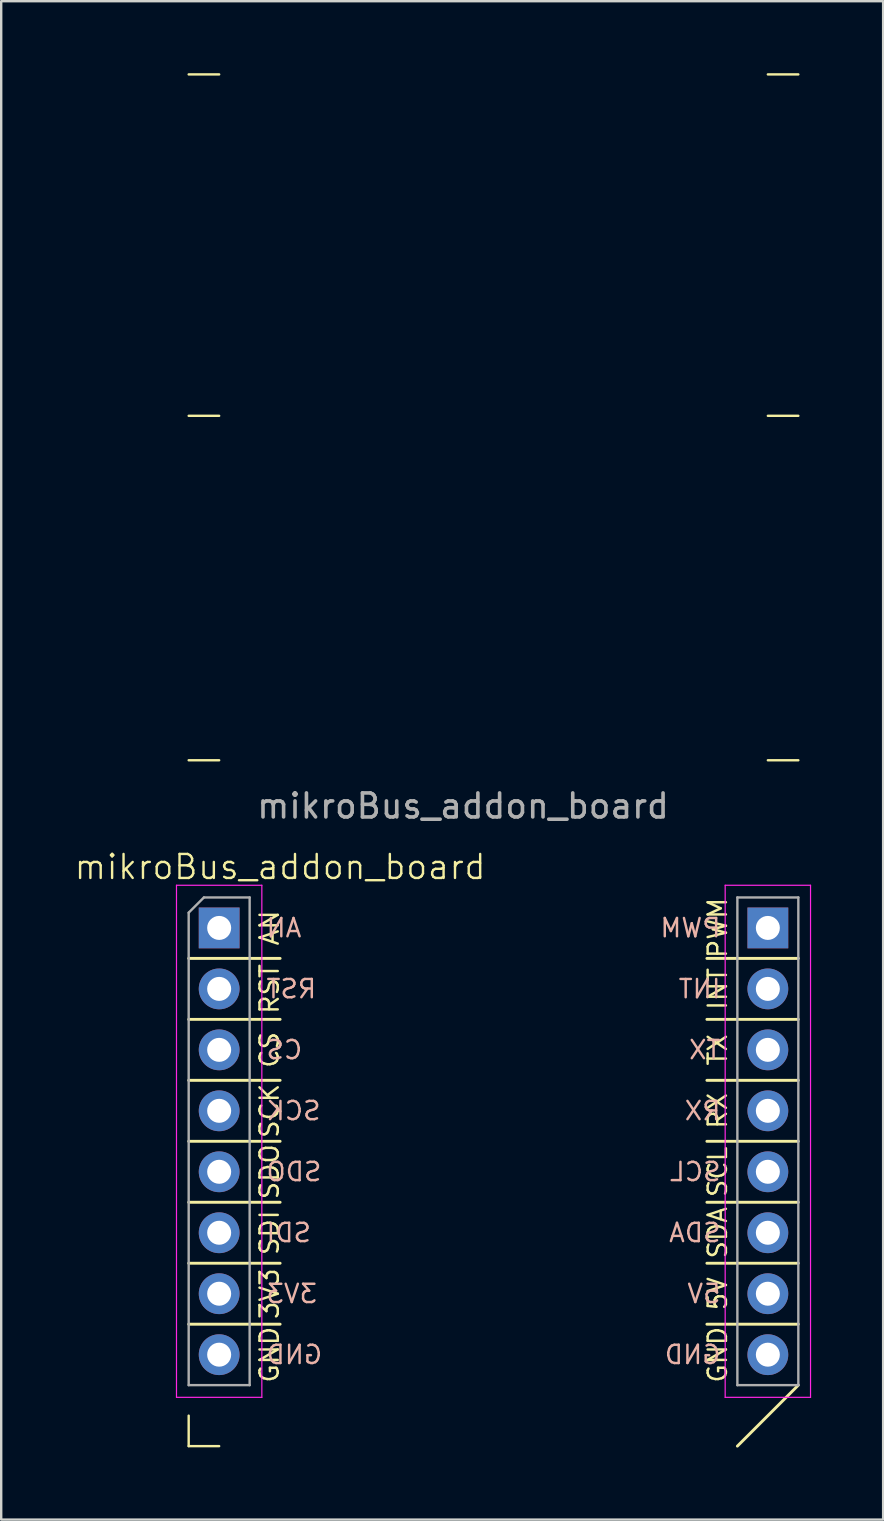
<source format=kicad_pcb>
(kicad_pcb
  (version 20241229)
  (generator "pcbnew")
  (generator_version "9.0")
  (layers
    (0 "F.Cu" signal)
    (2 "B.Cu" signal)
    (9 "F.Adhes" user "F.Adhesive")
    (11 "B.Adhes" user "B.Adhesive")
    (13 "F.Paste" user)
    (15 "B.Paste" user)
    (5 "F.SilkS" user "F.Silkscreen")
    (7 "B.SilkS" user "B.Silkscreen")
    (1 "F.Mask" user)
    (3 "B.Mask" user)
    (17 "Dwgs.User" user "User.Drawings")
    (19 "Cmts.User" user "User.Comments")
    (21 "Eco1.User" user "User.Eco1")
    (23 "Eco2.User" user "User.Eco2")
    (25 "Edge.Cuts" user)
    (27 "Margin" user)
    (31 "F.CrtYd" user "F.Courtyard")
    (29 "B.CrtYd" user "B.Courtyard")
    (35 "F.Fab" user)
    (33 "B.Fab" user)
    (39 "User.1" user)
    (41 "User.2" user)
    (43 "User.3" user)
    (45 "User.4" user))
  (footprint "mikroBus_addon_board"
    (layer "F.Cu")
    (at 6.081 35.61)
    (property "Reference" "mikroBus_addon_board" (at 2.54 -2.54 0) (unlocked yes) (layer "F.SilkS") (effects (font (size 1 1) (thickness 0.1))))
    (attr through_hole)
    (fp_line (start -1.27 -35.56) (end 0 -35.56) (stroke (width 0.1) (type default)) (layer "F.SilkS"))
    (fp_line (start -1.27 -21.336) (end 0 -21.336) (stroke (width 0.1) (type default)) (layer "F.SilkS"))
    (fp_line (start -1.27 -6.985) (end 0 -6.985) (stroke (width 0.1) (type default)) (layer "F.SilkS"))
    (fp_line (start -1.27 1.27) (end 2.54 1.27) (stroke (width 0.12) (type solid)) (layer "F.SilkS"))
    (fp_line (start -1.27 3.81) (end 2.54 3.81) (stroke (width 0.12) (type solid)) (layer "F.SilkS"))
    (fp_line (start -1.27 6.35) (end 2.54 6.35) (stroke (width 0.12) (type solid)) (layer "F.SilkS"))
    (fp_line (start -1.27 8.89) (end 2.54 8.89) (stroke (width 0.12) (type solid)) (layer "F.SilkS"))
    (fp_line (start -1.27 11.43) (end 2.54 11.43) (stroke (width 0.12) (type solid)) (layer "F.SilkS"))
    (fp_line (start -1.27 13.97) (end 2.54 13.97) (stroke (width 0.12) (type solid)) (layer "F.SilkS"))
    (fp_line (start -1.27 16.51) (end 2.54 16.51) (stroke (width 0.12) (type solid)) (layer "F.SilkS"))
    (fp_line (start -1.27 20.32) (end -1.27 21.59) (stroke (width 0.1) (type default)) (layer "F.SilkS"))
    (fp_line (start -1.27 21.59) (end 0 21.59) (stroke (width 0.1) (type default)) (layer "F.SilkS"))
    (fp_line (start 20.32 1.27) (end 24.13 1.27) (stroke (width 0.12) (type solid)) (layer "F.SilkS"))
    (fp_line (start 20.32 3.81) (end 24.13 3.81) (stroke (width 0.12) (type solid)) (layer "F.SilkS"))
    (fp_line (start 20.32 6.35) (end 24.13 6.35) (stroke (width 0.12) (type solid)) (layer "F.SilkS"))
    (fp_line (start 20.32 8.89) (end 24.13 8.89) (stroke (width 0.12) (type solid)) (layer "F.SilkS"))
    (fp_line (start 20.32 11.43) (end 24.13 11.43) (stroke (width 0.12) (type solid)) (layer "F.SilkS"))
    (fp_line (start 20.32 13.97) (end 24.13 13.97) (stroke (width 0.12) (type solid)) (layer "F.SilkS"))
    (fp_line (start 20.32 16.51) (end 24.13 16.51) (stroke (width 0.12) (type solid)) (layer "F.SilkS"))
    (fp_line (start 21.59 21.59) (end 24.13 19.05) (stroke (width 0.12) (type solid)) (layer "F.SilkS"))
    (fp_line (start 22.86 -35.56) (end 24.13 -35.56) (stroke (width 0.1) (type default)) (layer "F.SilkS"))
    (fp_line (start 22.86 -21.336) (end 24.13 -21.336) (stroke (width 0.1) (type default)) (layer "F.SilkS"))
    (fp_line (start 22.86 -6.985) (end 24.13 -6.985) (stroke (width 0.1) (type default)) (layer "F.SilkS"))
    (fp_line (start -1.778 -1.778) (end -1.778 19.558) (stroke (width 0.05) (type solid)) (layer "F.CrtYd"))
    (fp_line (start -1.778 19.558) (end 1.778 19.558) (stroke (width 0.05) (type solid)) (layer "F.CrtYd"))
    (fp_line (start 1.778 -1.778) (end -1.778 -1.778) (stroke (width 0.05) (type solid)) (layer "F.CrtYd"))
    (fp_line (start 1.778 19.558) (end 1.778 -1.778) (stroke (width 0.05) (type solid)) (layer "F.CrtYd"))
    (fp_line (start 21.082 -1.778) (end 21.082 19.558) (stroke (width 0.05) (type solid)) (layer "F.CrtYd"))
    (fp_line (start 21.082 19.558) (end 24.638 19.558) (stroke (width 0.05) (type solid)) (layer "F.CrtYd"))
    (fp_line (start 24.638 -1.778) (end 21.082 -1.778) (stroke (width 0.05) (type solid)) (layer "F.CrtYd"))
    (fp_line (start 24.638 19.558) (end 24.638 -1.778) (stroke (width 0.05) (type solid)) (layer "F.CrtYd"))
    (fp_line (start -1.27 -0.635) (end -0.635 -1.27) (stroke (width 0.1) (type solid)) (layer "F.Fab"))
    (fp_line (start -1.27 19.05) (end -1.27 -0.635) (stroke (width 0.1) (type solid)) (layer "F.Fab"))
    (fp_line (start -0.635 -1.27) (end 1.27 -1.27) (stroke (width 0.1) (type solid)) (layer "F.Fab"))
    (fp_line (start 1.27 -1.27) (end 1.27 19.05) (stroke (width 0.1) (type solid)) (layer "F.Fab"))
    (fp_line (start 1.27 19.05) (end -1.27 19.05) (stroke (width 0.1) (type solid)) (layer "F.Fab"))
    (fp_line (start 21.59 -1.27) (end 24.13 -1.27) (stroke (width 0.1) (type solid)) (layer "F.Fab"))
    (fp_line (start 21.59 19.05) (end 21.59 -1.27) (stroke (width 0.1) (type solid)) (layer "F.Fab"))
    (fp_line (start 24.13 -1.27) (end 24.13 19.05) (stroke (width 0.1) (type solid)) (layer "F.Fab"))
    (fp_line (start 24.13 19.05) (end 21.59 19.05) (stroke (width 0.1) (type solid)) (layer "F.Fab"))
    (fp_text user "GND" (at 20.32 17.78 90) (unlocked yes) (layer "F.SilkS") (effects (font (size 0.762 0.762) (thickness 0.102)) (justify top)))
    (fp_text user "PWM" (at 20.32 0 90) (unlocked yes) (layer "F.SilkS") (effects (font (size 0.762 0.762) (thickness 0.102)) (justify top)))
    (fp_text user "RST" (at 2.54 2.54 90) (unlocked yes) (layer "F.SilkS") (effects (font (size 0.762 0.762) (thickness 0.102)) (justify bottom)))
    (fp_text user "CS" (at 2.54 5.08 90) (unlocked yes) (layer "F.SilkS") (effects (font (size 0.762 0.762) (thickness 0.102)) (justify bottom)))
    (fp_text user "5V" (at 20.32 15.24 90) (unlocked yes) (layer "F.SilkS") (effects (font (size 0.762 0.762) (thickness 0.102)) (justify top)))
    (fp_text user "SDO" (at 2.54 10.16 90) (unlocked yes) (layer "F.SilkS") (effects (font (size 0.762 0.762) (thickness 0.102)) (justify bottom)))
    (fp_text user "INT" (at 20.32 2.54 90) (unlocked yes) (layer "F.SilkS") (effects (font (size 0.762 0.762) (thickness 0.102)) (justify top)))
    (fp_text user "SCK" (at 2.54 7.62 90) (unlocked yes) (layer "F.SilkS") (effects (font (size 0.762 0.762) (thickness 0.102)) (justify bottom)))
    (fp_text user "SDI" (at 2.54 12.7 90) (unlocked yes) (layer "F.SilkS") (effects (font (size 0.762 0.762) (thickness 0.102)) (justify bottom)))
    (fp_text user "AN" (at 2.54 0 90) (unlocked yes) (layer "F.SilkS") (effects (font (size 0.762 0.762) (thickness 0.102)) (justify bottom)))
    (fp_text user "SDA" (at 20.32 12.7 90) (unlocked yes) (layer "F.SilkS") (effects (font (size 0.762 0.762) (thickness 0.102)) (justify top)))
    (fp_text user "RX" (at 20.32 7.62 90) (unlocked yes) (layer "F.SilkS") (effects (font (size 0.762 0.762) (thickness 0.102)) (justify top)))
    (fp_text user "TX" (at 20.32 5.08 90) (unlocked yes) (layer "F.SilkS") (effects (font (size 0.762 0.762) (thickness 0.102)) (justify top)))
    (fp_text user "SCL" (at 20.32 10.16 90) (unlocked yes) (layer "F.SilkS") (effects (font (size 0.762 0.762) (thickness 0.102)) (justify top)))
    (fp_text user "3V3" (at 2.54 15.24 90) (unlocked yes) (layer "F.SilkS") (effects (font (size 0.762 0.762) (thickness 0.102)) (justify bottom)))
    (fp_text user "GND" (at 2.54 17.78 90) (unlocked yes) (layer "F.SilkS") (effects (font (size 0.762 0.762) (thickness 0.102)) (justify bottom)))
    (fp_text user "RST" (at 1.905 2.54 0) (unlocked yes) (layer "B.SilkS") (effects (font (size 0.762 0.762) (thickness 0.102)) (justify right mirror)))
    (fp_text user "GND" (at 20.955 17.78 0) (unlocked yes) (layer "B.SilkS") (effects (font (size 0.762 0.762) (thickness 0.102)) (justify left mirror)))
    (fp_text user "CS" (at 1.905 5.08 0) (unlocked yes) (layer "B.SilkS") (effects (font (size 0.762 0.762) (thickness 0.102)) (justify right mirror)))
    (fp_text user "SDA" (at 20.955 12.7 0) (unlocked yes) (layer "B.SilkS") (effects (font (size 0.762 0.762) (thickness 0.102)) (justify left mirror)))
    (fp_text user "INT" (at 20.955 2.54 0) (unlocked yes) (layer "B.SilkS") (effects (font (size 0.762 0.762) (thickness 0.102)) (justify left mirror)))
    (fp_text user "GND" (at 1.905 17.78 0) (unlocked yes) (layer "B.SilkS") (effects (font (size 0.762 0.762) (thickness 0.102)) (justify right mirror)))
    (fp_text user "RX" (at 20.955 7.62 0) (unlocked yes) (layer "B.SilkS") (effects (font (size 0.762 0.762) (thickness 0.102)) (justify left mirror)))
    (fp_text user "SDO" (at 1.905 10.16 0) (unlocked yes) (layer "B.SilkS") (effects (font (size 0.762 0.762) (thickness 0.102)) (justify right mirror)))
    (fp_text user "3V3" (at 1.905 15.24 0) (unlocked yes) (layer "B.SilkS") (effects (font (size 0.762 0.762) (thickness 0.102)) (justify right mirror)))
    (fp_text user "AN" (at 1.905 0 0) (unlocked yes) (layer "B.SilkS") (effects (font (size 0.762 0.762) (thickness 0.102)) (justify right mirror)))
    (fp_text user "SCL" (at 20.955 10.16 0) (unlocked yes) (layer "B.SilkS") (effects (font (size 0.762 0.762) (thickness 0.102)) (justify left mirror)))
    (fp_text user "TX" (at 20.955 5.08 0) (unlocked yes) (layer "B.SilkS") (effects (font (size 0.762 0.762) (thickness 0.102)) (justify left mirror)))
    (fp_text user "SCK" (at 1.905 7.62 0) (unlocked yes) (layer "B.SilkS") (effects (font (size 0.762 0.762) (thickness 0.102)) (justify right mirror)))
    (fp_text user "PWM" (at 20.955 0 0) (unlocked yes) (layer "B.SilkS") (effects (font (size 0.762 0.762) (thickness 0.102)) (justify left mirror)))
    (fp_text user "SDI" (at 1.905 12.7 0) (unlocked yes) (layer "B.SilkS") (effects (font (size 0.762 0.762) (thickness 0.102)) (justify right mirror)))
    (fp_text user "5V" (at 20.955 15.24 0) (unlocked yes) (layer "B.SilkS") (effects (font (size 0.762 0.762) (thickness 0.102)) (justify left mirror)))
    (fp_text user "${REFERENCE}" (at 10.16 -5.08 0) (unlocked yes) (layer "F.Fab") (effects (font (size 1 1) (thickness 0.15))))
    (pad "1" thru_hole rect (at 0 0) (size 1.7 1.7) (drill 1) (layers "*.Cu" "*.Mask"))
    (pad "2" thru_hole oval (at 0 2.54) (size 1.7 1.7) (drill 1) (layers "*.Cu" "*.Mask"))
    (pad "3" thru_hole oval (at 0 5.08) (size 1.7 1.7) (drill 1) (layers "*.Cu" "*.Mask"))
    (pad "4" thru_hole oval (at 0 7.62) (size 1.7 1.7) (drill 1) (layers "*.Cu" "*.Mask"))
    (pad "5" thru_hole oval (at 0 10.16) (size 1.7 1.7) (drill 1) (layers "*.Cu" "*.Mask"))
    (pad "6" thru_hole oval (at 0 12.7) (size 1.7 1.7) (drill 1) (layers "*.Cu" "*.Mask"))
    (pad "7" thru_hole oval (at 0 15.24) (size 1.7 1.7) (drill 1) (layers "*.Cu" "*.Mask"))
    (pad "8" thru_hole oval (at 0 17.78) (size 1.7 1.7) (drill 1) (layers "*.Cu" "*.Mask"))
    (pad "9" thru_hole oval (at 22.86 17.78) (size 1.7 1.7) (drill 1) (layers "*.Cu" "*.Mask"))
    (pad "10" thru_hole oval (at 22.86 15.24) (size 1.7 1.7) (drill 1) (layers "*.Cu" "*.Mask"))
    (pad "11" thru_hole oval (at 22.86 12.7) (size 1.7 1.7) (drill 1) (layers "*.Cu" "*.Mask"))
    (pad "12" thru_hole oval (at 22.86 10.16) (size 1.7 1.7) (drill 1) (layers "*.Cu" "*.Mask"))
    (pad "13" thru_hole oval (at 22.86 7.62) (size 1.7 1.7) (drill 1) (layers "*.Cu" "*.Mask"))
    (pad "14" thru_hole oval (at 22.86 5.08) (size 1.7 1.7) (drill 1) (layers "*.Cu" "*.Mask"))
    (pad "15" thru_hole oval (at 22.86 2.54) (size 1.7 1.7) (drill 1) (layers "*.Cu" "*.Mask"))
    (pad "16" thru_hole rect (at 22.86 0) (size 1.7 1.7) (drill 1) (layers "*.Cu" "*.Mask")))
  (gr_rect
    (start -3 -3)
    (end 33.744 60.26)
    (stroke (width 0.1) (type default))
    (fill no)
    (layer "Edge.Cuts")))
</source>
